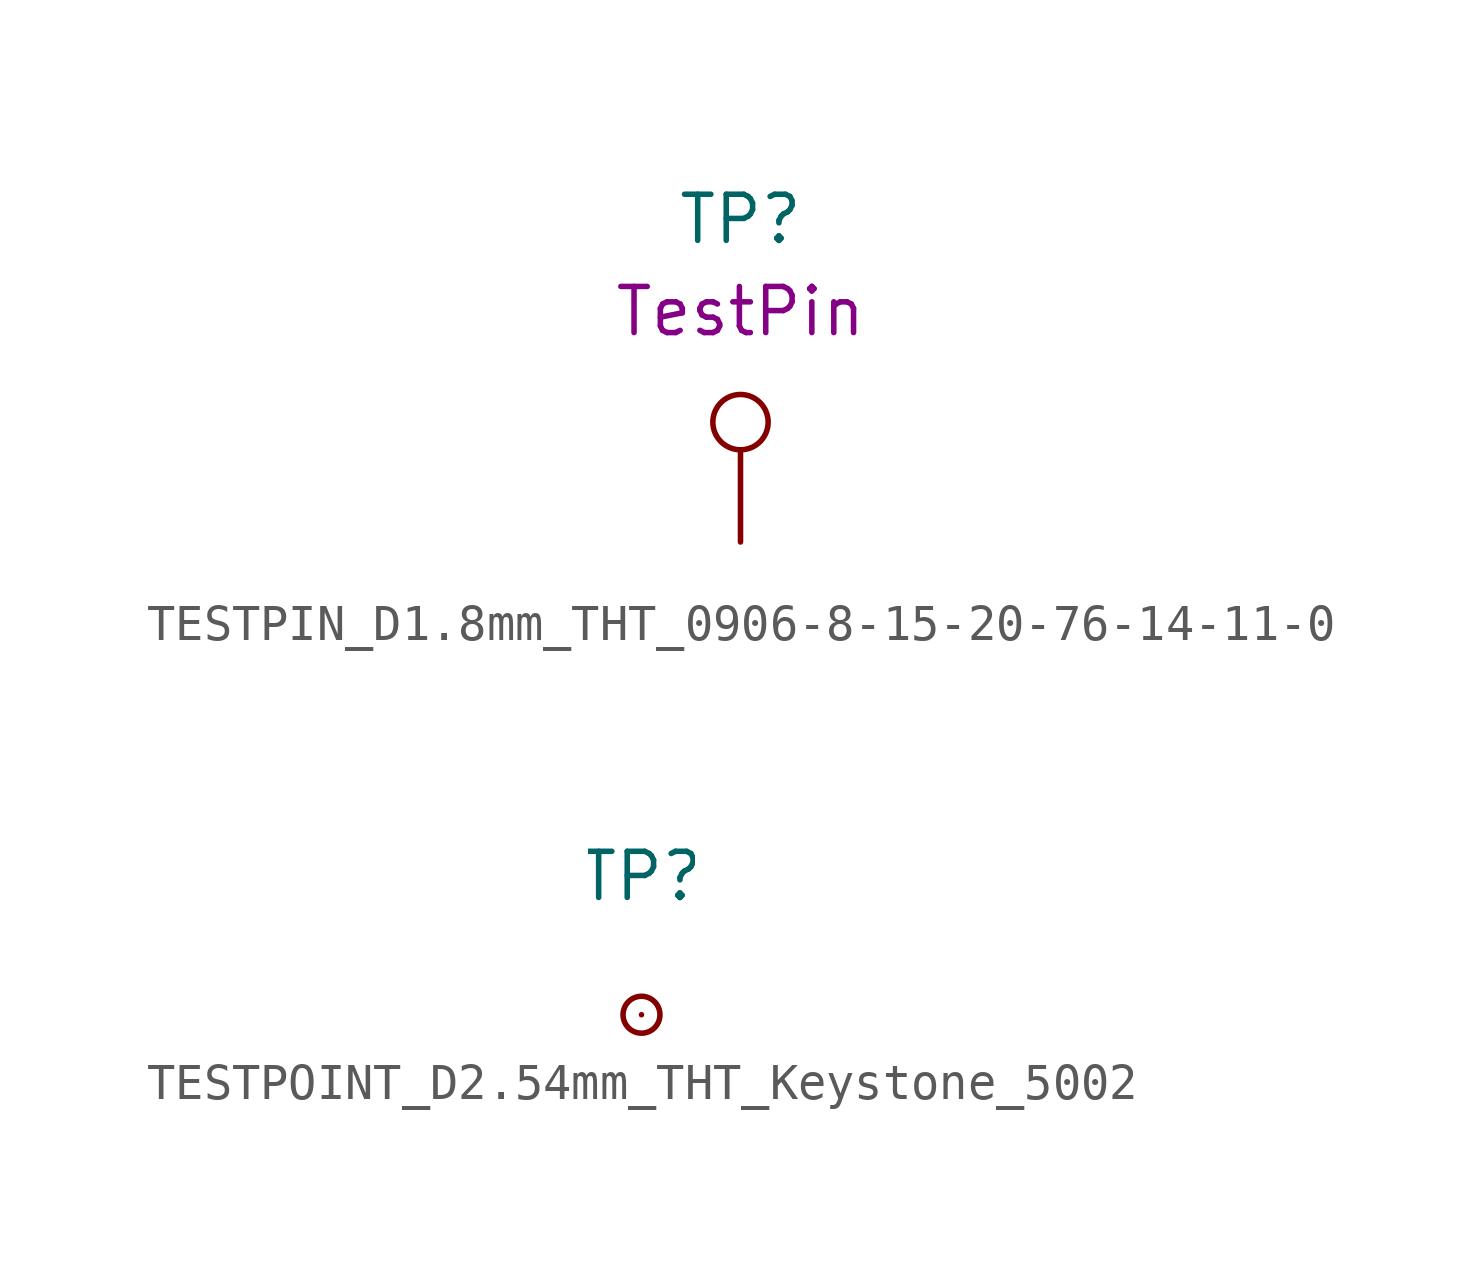
<source format=kicad_sym>
(kicad_symbol_lib
  (version 20220914)
  (generator kicad_symbol_editor)
  (symbol "TESTPIN_D1.8mm_THT_0906-8-15-20-76-14-11-0"
    (pin_numbers hide)
    (pin_names
      (offset 0.762) hide)
    (property "Reference" "TP"
      (at 0 8.89 0)
      (effects (font (size 1.27 1.27))))
    (property "UserValue" "TestPin"
      (at 0 6.35 0)
      (effects (font (size 1.27 1.27))))
    (symbol "TESTPIN_D1.8mm_THT_0906-8-15-20-76-14-11-0_0_1"
      (circle (center 0 3.302) (radius 0.762) (stroke (width 0) (type default)) (fill (type none))))
    (symbol "TESTPIN_D1.8mm_THT_0906-8-15-20-76-14-11-0_1_1"
      (pin passive line (at 0 0 90) (length 2.54) (name "1" (effects (font (size 1.27 1.27)))) (number "1" (effects (font (size 1.27 1.27)))))))
  (symbol "TESTPOINT_D2.54mm_THT_Keystone_5002"
    (pin_numbers hide)
    (pin_names
      (offset 0.762) hide)
    (property "Reference" "TP"
      (at 0 3.81 0)
      (effects (font (size 1.27 1.27))))
    (symbol "TESTPOINT_D2.54mm_THT_Keystone_5002_0_1"
      (circle (center 0 0) (radius 0.508) (stroke (width 0) (type default)) (fill (type none))))
    (symbol "TESTPOINT_D2.54mm_THT_Keystone_5002_1_1"
      (pin passive line (at 0 0 90) (length 0) (name "1" (effects (font (size 1.27 1.27)))) (number "1" (effects (font (size 1.27 1.27))))))))
</source>
